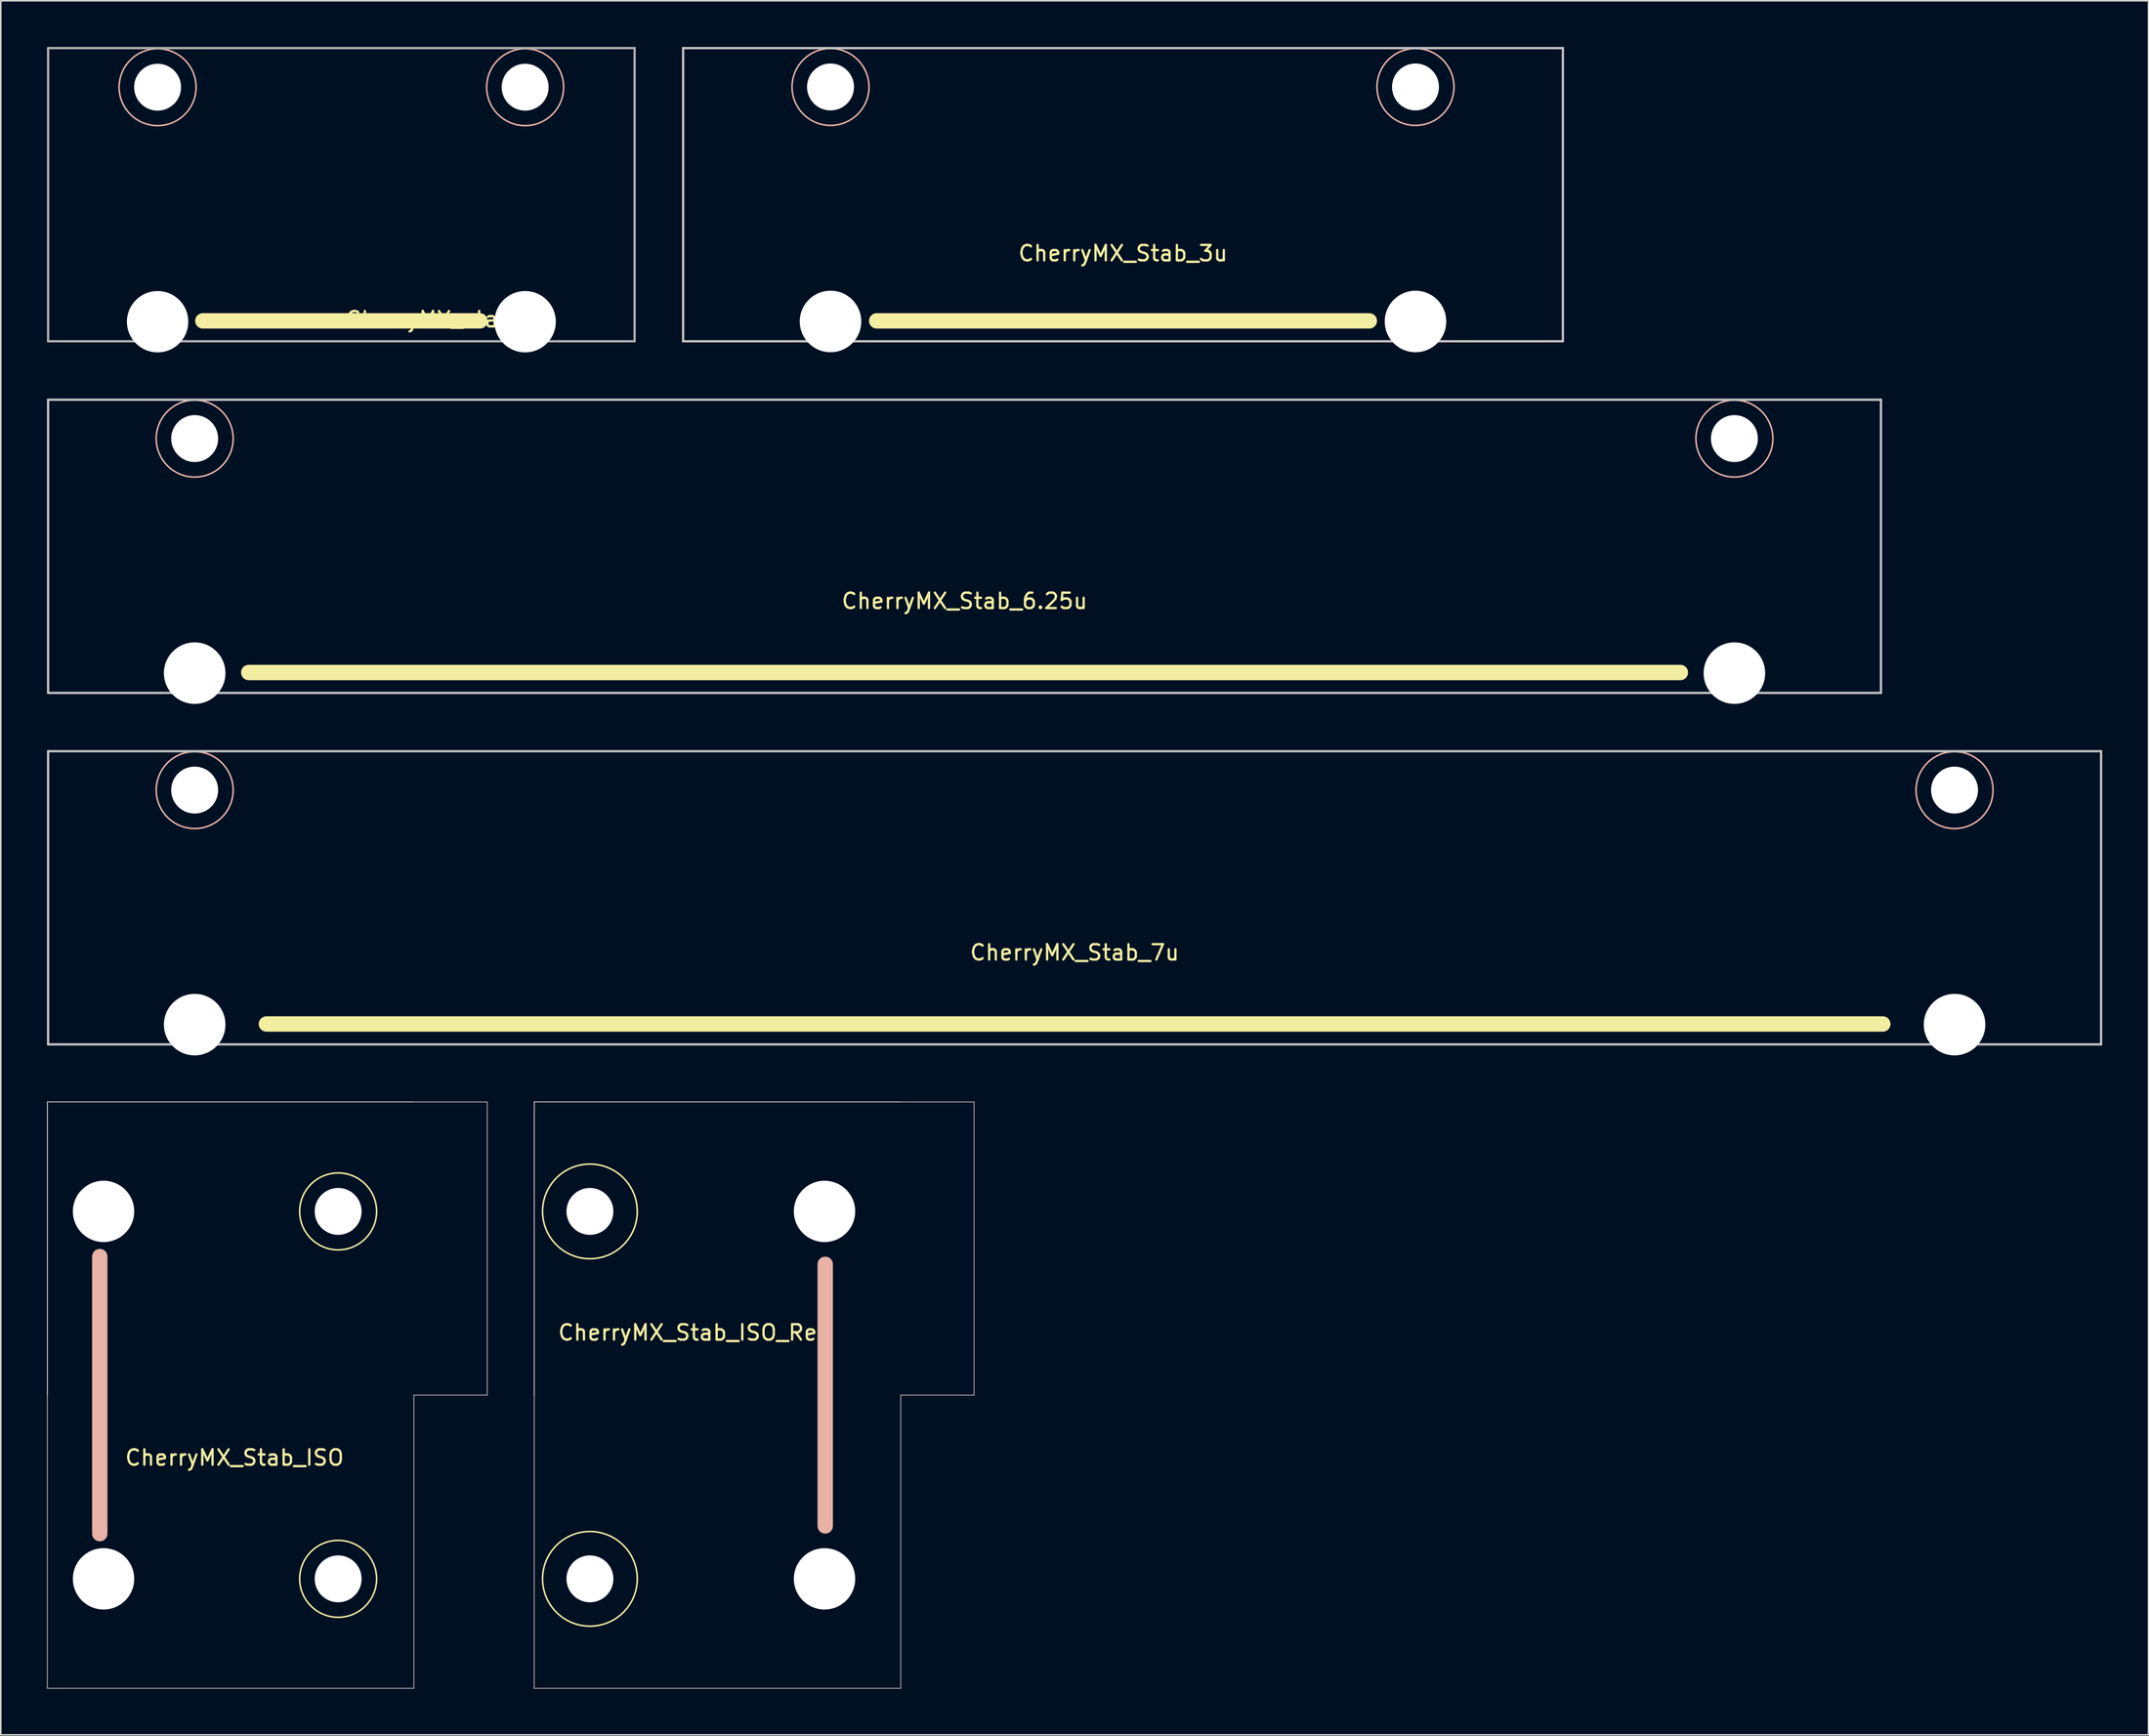
<source format=kicad_pcb>
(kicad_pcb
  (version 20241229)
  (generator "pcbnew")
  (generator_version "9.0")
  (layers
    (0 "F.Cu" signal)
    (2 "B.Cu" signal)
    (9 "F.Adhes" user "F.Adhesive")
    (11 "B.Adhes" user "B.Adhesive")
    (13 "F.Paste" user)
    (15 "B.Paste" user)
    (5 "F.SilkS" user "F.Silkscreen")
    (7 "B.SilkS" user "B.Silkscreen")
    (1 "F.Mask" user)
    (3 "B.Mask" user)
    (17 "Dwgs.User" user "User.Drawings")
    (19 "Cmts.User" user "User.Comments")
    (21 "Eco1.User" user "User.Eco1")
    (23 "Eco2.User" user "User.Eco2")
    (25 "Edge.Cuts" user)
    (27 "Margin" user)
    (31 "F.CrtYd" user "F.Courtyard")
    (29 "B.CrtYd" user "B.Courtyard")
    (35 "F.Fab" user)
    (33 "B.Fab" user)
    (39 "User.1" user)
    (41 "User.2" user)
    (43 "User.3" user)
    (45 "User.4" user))
  (footprint "CherryMX_Stab_6.25u"
    (layer "F.Cu")
    (at 59.606 32.449)
    (property "Reference" "CherryMX_Stab_6.25u" (at 0 3.556 0) (layer "F.SilkS") (effects (font (size 1 1) (thickness 0.15))))
    (attr through_hole)
    (fp_line (start -46.5 8.2) (end 46.5 8.2) (stroke (width 1) (type default)) (layer "F.SilkS"))
    (fp_circle (center -50.01 -7) (end -47.51 -7) (stroke (width 0.1) (type default)) (fill no) (layer "B.SilkS"))
    (fp_circle (center 50.01 -7) (end 47.51 -7) (stroke (width 0.1) (type default)) (fill no) (layer "B.SilkS"))
    (fp_line (start -59.531 -9.525) (end -59.531 9.525) (stroke (width 0.15) (type solid)) (layer "Dwgs.User"))
    (fp_line (start -59.531 9.525) (end 59.531 9.525) (stroke (width 0.15) (type solid)) (layer "Dwgs.User"))
    (fp_line (start 59.531 -9.525) (end -59.531 -9.525) (stroke (width 0.15) (type solid)) (layer "Dwgs.User"))
    (fp_line (start 59.531 9.525) (end 59.531 -9.525) (stroke (width 0.15) (type solid)) (layer "Dwgs.User"))
    (pad "" np_thru_hole circle (at -50.01 -7 180) (size 3.05 3.05) (drill 3.05) (layers "*.Cu" "*.Mask"))
    (pad "" np_thru_hole circle (at -50.01 8.24 180) (size 4 4) (drill 4) (layers "*.Cu" "*.Mask"))
    (pad "" np_thru_hole circle (at 50.01 -7 180) (size 3.05 3.05) (drill 3.05) (layers "*.Cu" "*.Mask"))
    (pad "" np_thru_hole circle (at 50.01 8.24 180) (size 4 4) (drill 4) (layers "*.Cu" "*.Mask")))
  (footprint "CherryMX_Stab_ISO"
    (layer "F.Cu")
    (at 11.931 87.604)
    (property "Reference" "CherryMX_Stab_ISO" (at 0.254 4.064 180) (layer "F.SilkS") (effects (font (size 1 1) (thickness 0.15))))
    (attr through_hole)
    (fp_circle (center 6.985 -11.938) (end 9.485 -11.938) (stroke (width 0.1) (type default)) (fill no) (layer "F.SilkS"))
    (fp_circle (center 6.985 11.938) (end 9.485 11.938) (stroke (width 0.1) (type default)) (fill no) (layer "F.SilkS"))
    (fp_line (start -8.5 9) (end -8.5 -9) (stroke (width 1) (type default)) (layer "B.SilkS"))
    (fp_line (start -11.906 -19.05) (end -11.906 0) (stroke (width 0.05) (type solid)) (layer "Dwgs.User"))
    (fp_line (start -11.906 -19.05) (end 11.906 -19.05) (stroke (width 0.05) (type solid)) (layer "Dwgs.User"))
    (fp_line (start -11.906 -19.05) (end 16.669 -19.05) (stroke (width 0.05) (type solid)) (layer "Dwgs.User"))
    (fp_line (start -11.906 19.05) (end -11.906 -19.05) (stroke (width 0.05) (type solid)) (layer "Dwgs.User"))
    (fp_line (start 11.906 0) (end 16.669 0) (stroke (width 0.05) (type solid)) (layer "Dwgs.User"))
    (fp_line (start 11.906 19.05) (end -11.906 19.05) (stroke (width 0.05) (type solid)) (layer "Dwgs.User"))
    (fp_line (start 11.906 19.05) (end 11.906 0) (stroke (width 0.05) (type solid)) (layer "Dwgs.User"))
    (fp_line (start 16.669 0) (end 16.669 -19.05) (stroke (width 0.05) (type solid)) (layer "Dwgs.User"))
    (pad "" np_thru_hole circle (at -8.255 -11.938 270) (size 3.988 3.988) (drill 3.988) (layers "*.Cu" "*.Mask"))
    (pad "" np_thru_hole circle (at -8.255 11.938 270) (size 3.988 3.988) (drill 3.988) (layers "*.Cu" "*.Mask"))
    (pad "" np_thru_hole circle (at 6.985 -11.938 270) (size 3.048 3.048) (drill 3.048) (layers "*.Cu" "*.Mask"))
    (pad "" np_thru_hole circle (at 6.985 11.938 270) (size 3.048 3.048) (drill 3.048) (layers "*.Cu" "*.Mask")))
  (footprint "CherryMX_stab_2u"
    (layer "F.Cu")
    (at 19.125 9.6)
    (property "Reference" "CherryMX_stab_2u" (at 7 8.1 0) (layer "F.SilkS") (effects (font (size 1 1) (thickness 0.15))))
    (attr through_hole)
    (fp_line (start -9 8.2) (end 9 8.2) (stroke (width 1) (type default)) (layer "F.SilkS"))
    (fp_circle (center -11.938 -6.985) (end -9.438 -6.985) (stroke (width 0.1) (type default)) (fill no) (layer "B.SilkS"))
    (fp_circle (center 11.938 -6.985) (end 14.438 -6.985) (stroke (width 0.1) (type default)) (fill no) (layer "B.SilkS"))
    (fp_line (start -19.05 -9.525) (end -19.05 9.525) (stroke (width 0.15) (type solid)) (layer "F.Fab"))
    (fp_line (start -19.05 9.525) (end 19.05 9.525) (stroke (width 0.15) (type solid)) (layer "F.Fab"))
    (fp_line (start 19.05 -9.525) (end -19.05 -9.525) (stroke (width 0.15) (type solid)) (layer "F.Fab"))
    (fp_line (start 19.05 9.525) (end 19.05 -9.525) (stroke (width 0.15) (type solid)) (layer "F.Fab"))
    (pad "" np_thru_hole circle (at -11.938 -6.985 180) (size 3.048 3.048) (drill 3.048) (layers "*.Cu" "*.Mask"))
    (pad "" np_thru_hole circle (at -11.938 8.255 180) (size 3.988 3.988) (drill 3.988) (layers "*.Cu" "*.Mask"))
    (pad "" np_thru_hole circle (at 11.938 -6.985 180) (size 3.048 3.048) (drill 3.048) (layers "*.Cu" "*.Mask"))
    (pad "" np_thru_hole circle (at 11.938 8.255 180) (size 3.988 3.988) (drill 3.988) (layers "*.Cu" "*.Mask")))
  (footprint "CherryMX_Stab_3u"
    (layer "F.Cu")
    (at 69.9 9.6)
    (property "Reference" "CherryMX_Stab_3u" (at 0 3.81 0) (layer "F.SilkS") (effects (font (size 1 1) (thickness 0.15))))
    (attr through_hole)
    (fp_line (start -16 8.2) (end 16 8.2) (stroke (width 1) (type default)) (layer "F.SilkS"))
    (fp_circle (center -19 -7) (end -16.5 -7) (stroke (width 0.1) (type default)) (fill no) (layer "B.SilkS"))
    (fp_circle (center 19 -7) (end 21.5 -7) (stroke (width 0.1) (type default)) (fill no) (layer "B.SilkS"))
    (fp_line (start -28.575 -9.525) (end -28.575 9.525) (stroke (width 0.15) (type solid)) (layer "Dwgs.User"))
    (fp_line (start -28.575 9.525) (end 28.575 9.525) (stroke (width 0.15) (type solid)) (layer "Dwgs.User"))
    (fp_line (start 28.575 -9.525) (end -28.575 -9.525) (stroke (width 0.15) (type solid)) (layer "Dwgs.User"))
    (fp_line (start 28.575 9.525) (end 28.575 -9.525) (stroke (width 0.15) (type solid)) (layer "Dwgs.User"))
    (pad "" np_thru_hole circle (at -19 -7 180) (size 3.05 3.05) (drill 3.05) (layers "*.Cu" "*.Mask"))
    (pad "" np_thru_hole circle (at -19 8.24 180) (size 4 4) (drill 4) (layers "*.Cu" "*.Mask"))
    (pad "" np_thru_hole circle (at 19 -7 180) (size 3.05 3.05) (drill 3.05) (layers "*.Cu" "*.Mask"))
    (pad "" np_thru_hole circle (at 19 8.24 180) (size 4 4) (drill 4) (layers "*.Cu" "*.Mask")))
  (footprint "CherryMX_Stab_ISO_Rev"
    (layer "F.Cu")
    (at 43.556 87.604)
    (property "Reference" "CherryMX_Stab_ISO_Rev" (at -1.554 -4.064 0) (layer "F.SilkS") (effects (font (size 1 1) (thickness 0.15))))
    (attr through_hole)
    (fp_circle (center -8.285 -11.938) (end -5.209 -11.938) (stroke (width 0.1) (type default)) (fill no) (layer "F.SilkS"))
    (fp_circle (center -8.285 11.938) (end -5.209 11.938) (stroke (width 0.1) (type default)) (fill no) (layer "F.SilkS"))
    (fp_line (start 7 8.5) (end 7 -8.5) (stroke (width 1) (type default)) (layer "B.SilkS"))
    (fp_line (start -11.906 -19.05) (end -11.906 0) (stroke (width 0.05) (type solid)) (layer "Dwgs.User"))
    (fp_line (start -11.906 -19.05) (end 11.906 -19.05) (stroke (width 0.05) (type solid)) (layer "Dwgs.User"))
    (fp_line (start -11.906 -19.05) (end 16.669 -19.05) (stroke (width 0.05) (type solid)) (layer "Dwgs.User"))
    (fp_line (start -11.906 19.05) (end -11.906 -19.05) (stroke (width 0.05) (type solid)) (layer "Dwgs.User"))
    (fp_line (start 11.906 0) (end 16.669 0) (stroke (width 0.05) (type solid)) (layer "Dwgs.User"))
    (fp_line (start 11.906 19.05) (end -11.906 19.05) (stroke (width 0.05) (type solid)) (layer "Dwgs.User"))
    (fp_line (start 11.906 19.05) (end 11.906 0) (stroke (width 0.05) (type solid)) (layer "Dwgs.User"))
    (fp_line (start 16.669 0) (end 16.669 -19.05) (stroke (width 0.05) (type solid)) (layer "Dwgs.User"))
    (pad "" np_thru_hole circle (at -8.285 -11.938 90) (size 3.048 3.048) (drill 3.048) (layers "*.Cu" "*.Mask"))
    (pad "" np_thru_hole circle (at -8.285 11.938 90) (size 3.048 3.048) (drill 3.048) (layers "*.Cu" "*.Mask"))
    (pad "" np_thru_hole circle (at 6.955 -11.938 90) (size 3.988 3.988) (drill 3.988) (layers "*.Cu" "*.Mask"))
    (pad "" np_thru_hole circle (at 6.955 11.938 90) (size 3.988 3.988) (drill 3.988) (layers "*.Cu" "*.Mask")))
  (footprint "CherryMX_Stab_7u"
    (layer "F.Cu")
    (at 66.756 55.289)
    (property "Reference" "CherryMX_Stab_7u" (at 0 3.556 0) (layer "F.SilkS") (effects (font (size 1 1) (thickness 0.15))))
    (attr through_hole)
    (fp_line (start -52.5 8.2) (end 52.5 8.2) (stroke (width 1) (type default)) (layer "F.SilkS"))
    (fp_circle (center -57.16 -7) (end -54.66 -7) (stroke (width 0.1) (type default)) (fill no) (layer "B.SilkS"))
    (fp_circle (center 57.16 -7) (end 54.66 -7) (stroke (width 0.1) (type default)) (fill no) (layer "B.SilkS"))
    (fp_line (start -66.681 -9.525) (end -66.681 9.525) (stroke (width 0.15) (type solid)) (layer "Dwgs.User"))
    (fp_line (start -66.681 9.525) (end 66.681 9.525) (stroke (width 0.15) (type solid)) (layer "Dwgs.User"))
    (fp_line (start 66.681 -9.525) (end -66.681 -9.525) (stroke (width 0.15) (type solid)) (layer "Dwgs.User"))
    (fp_line (start 66.681 9.525) (end 66.681 -9.525) (stroke (width 0.15) (type solid)) (layer "Dwgs.User"))
    (pad "" np_thru_hole circle (at -57.16 -7 180) (size 3.05 3.05) (drill 3.05) (layers "*.Cu" "*.Mask"))
    (pad "" np_thru_hole circle (at -57.16 8.24 180) (size 4 4) (drill 4) (layers "*.Cu" "*.Mask"))
    (pad "" np_thru_hole circle (at 57.16 -7 180) (size 3.05 3.05) (drill 3.05) (layers "*.Cu" "*.Mask"))
    (pad "" np_thru_hole circle (at 57.16 8.24 180) (size 4 4) (drill 4) (layers "*.Cu" "*.Mask")))
  (gr_rect
    (start -3 -3)
    (end 136.512 109.679)
    (stroke (width 0.1) (type default))
    (fill no)
    (layer "Edge.Cuts")))
</source>
